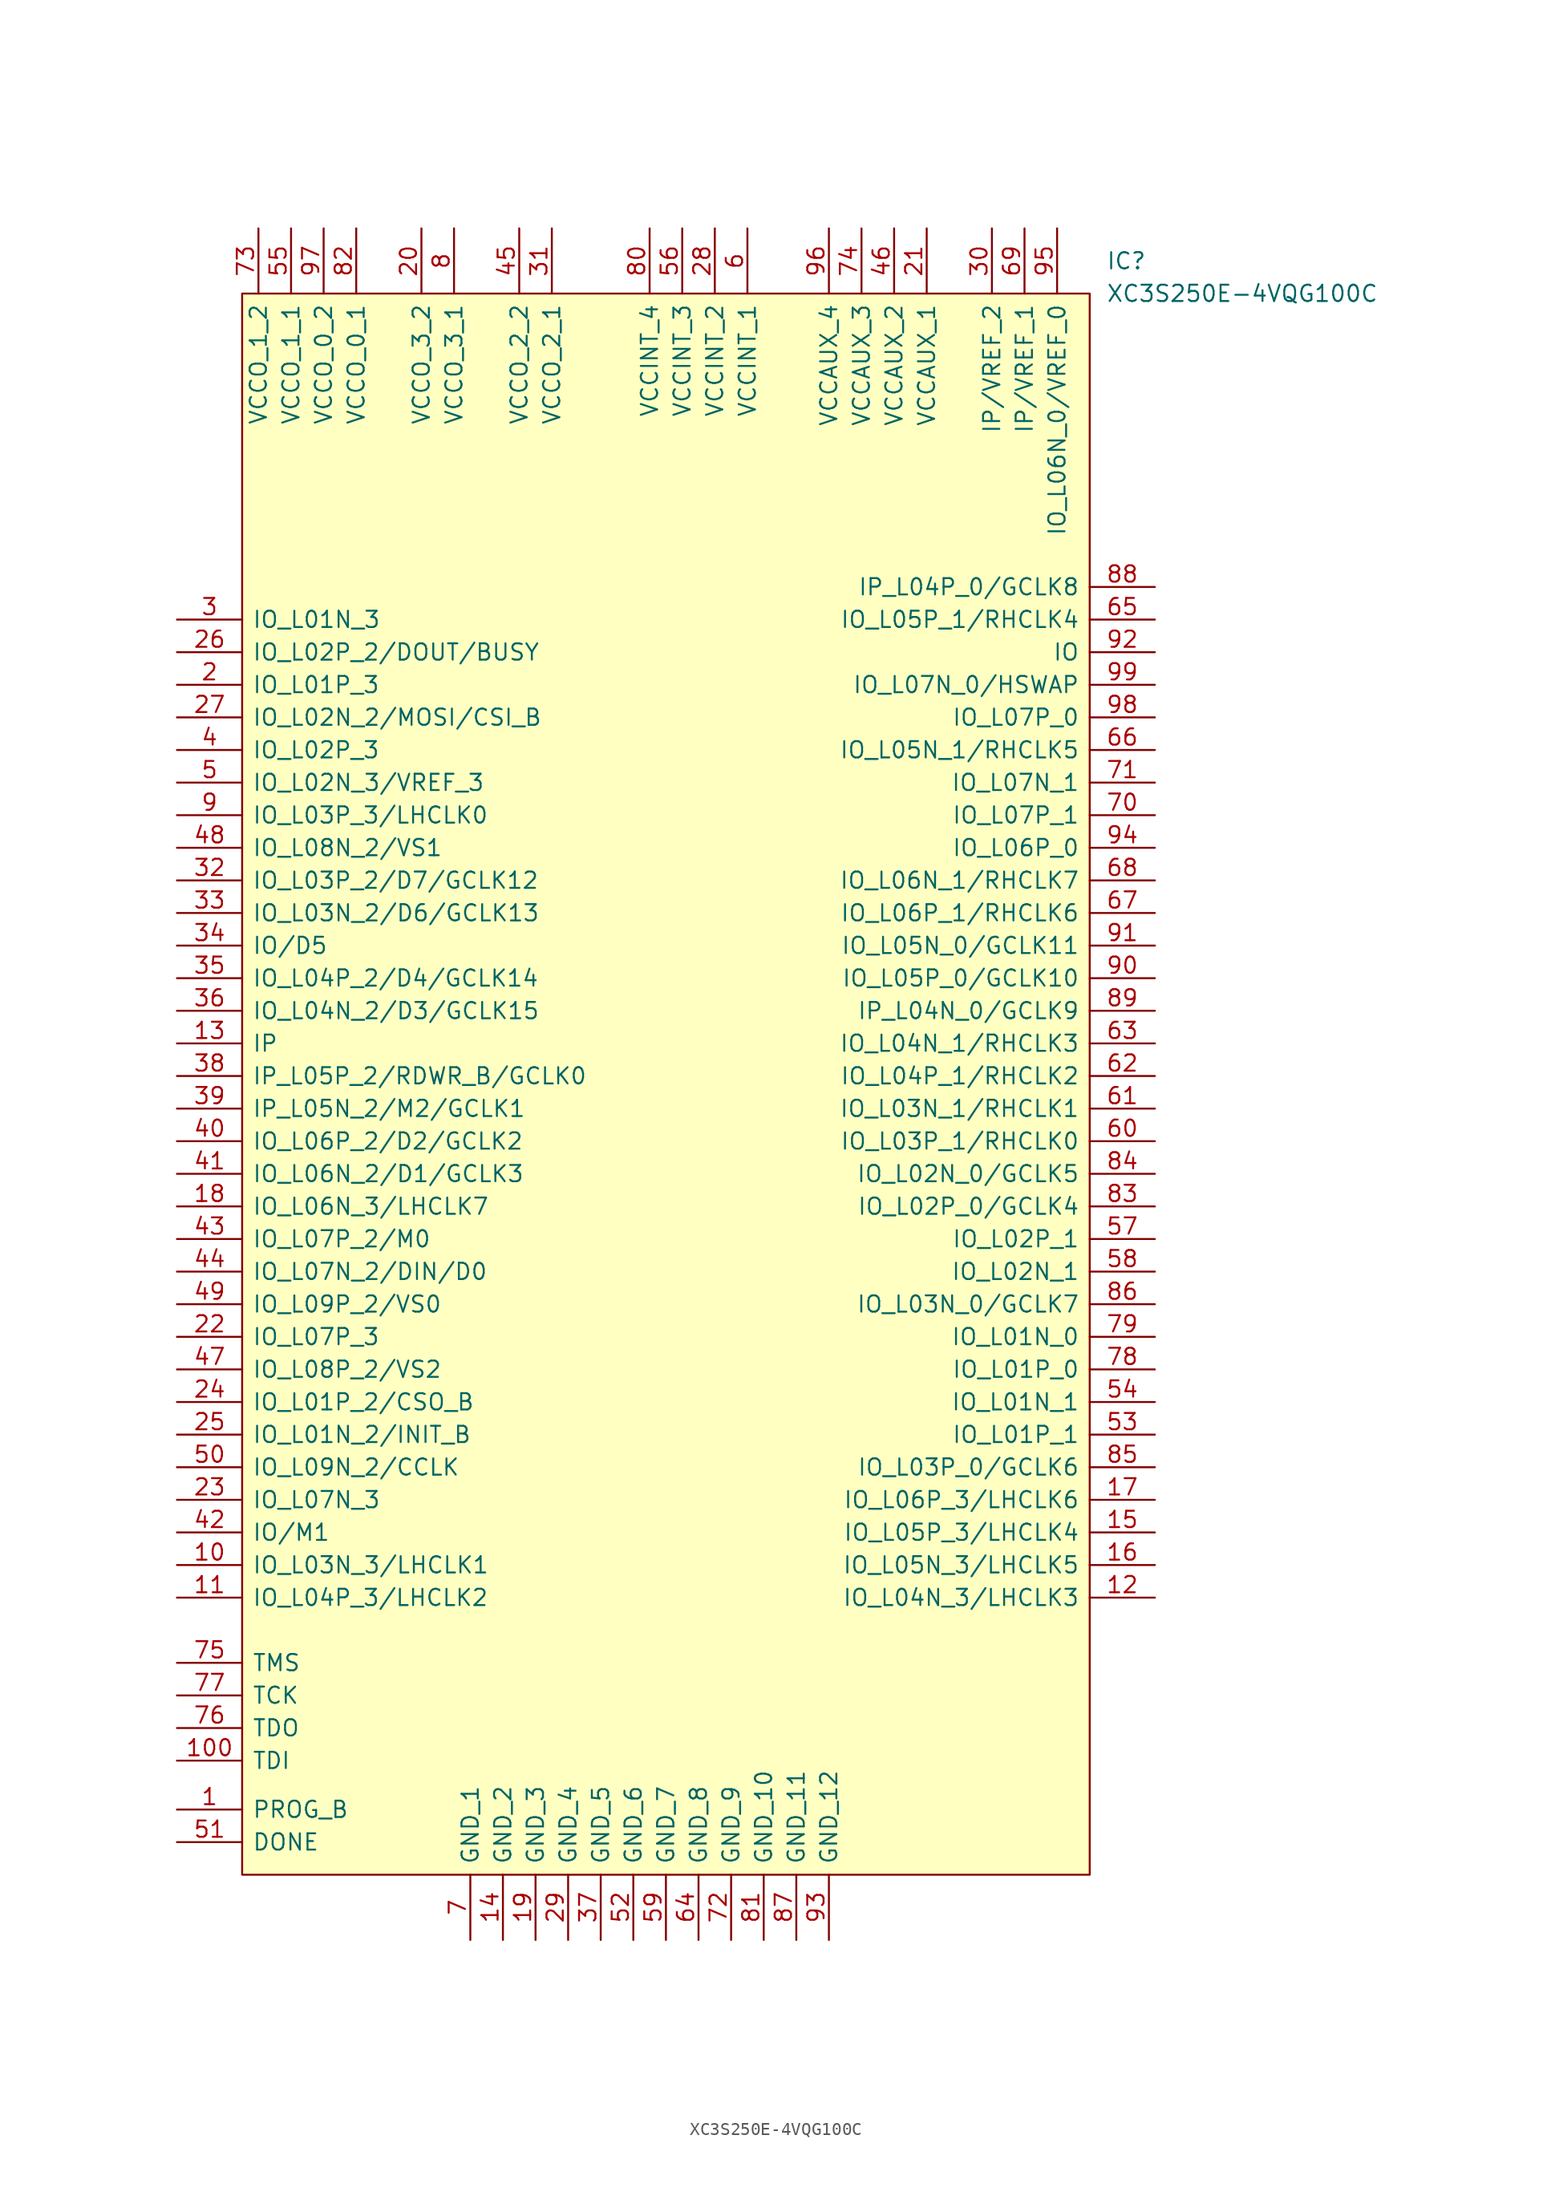
<source format=kicad_sym>
(kicad_symbol_lib
  (version 20211014)
  (generator kicad_symbol_editor)
  (symbol "XC3S250E-4VQG100C"
    (pin_names
      (offset 0.762))
    (property "Reference" "IC"
      (at 72.39 30.48 0)
      (effects (font (size 1.27 1.27)) (justify left)))
    (property "Value" "XC3S250E-4VQG100C"
      (at 72.39 27.94 0)
      (effects (font (size 1.27 1.27)) (justify left)))
    (symbol "XC3S250E-4VQG100C_0_0"
      (pin passive line (at 0 -90.17 0) (length 5.08) (name "PROG_B" (effects (font (size 1.27 1.27)))) (number "1" (effects (font (size 1.27 1.27)))))
      (pin passive line (at 0 -71.12 0) (length 5.08) (name "IO_L03N_3/LHCLK1" (effects (font (size 1.27 1.27)))) (number "10" (effects (font (size 1.27 1.27)))))
      (pin passive line (at 0 -86.36 0) (length 5.08) (name "TDI" (effects (font (size 1.27 1.27)))) (number "100" (effects (font (size 1.27 1.27)))))
      (pin passive line (at 0 -73.66 0) (length 5.08) (name "IO_L04P_3/LHCLK2" (effects (font (size 1.27 1.27)))) (number "11" (effects (font (size 1.27 1.27)))))
      (pin passive line (at 76.2 -73.66 180) (length 5.08) (name "IO_L04N_3/LHCLK3" (effects (font (size 1.27 1.27)))) (number "12" (effects (font (size 1.27 1.27)))))
      (pin passive line (at 0 -30.48 0) (length 5.08) (name "IP" (effects (font (size 1.27 1.27)))) (number "13" (effects (font (size 1.27 1.27)))))
      (pin passive line (at 25.4 -100.33 90) (length 5.08) (name "GND_2" (effects (font (size 1.27 1.27)))) (number "14" (effects (font (size 1.27 1.27)))))
      (pin passive line (at 76.2 -68.58 180) (length 5.08) (name "IO_L05P_3/LHCLK4" (effects (font (size 1.27 1.27)))) (number "15" (effects (font (size 1.27 1.27)))))
      (pin passive line (at 76.2 -71.12 180) (length 5.08) (name "IO_L05N_3/LHCLK5" (effects (font (size 1.27 1.27)))) (number "16" (effects (font (size 1.27 1.27)))))
      (pin passive line (at 76.2 -66.04 180) (length 5.08) (name "IO_L06P_3/LHCLK6" (effects (font (size 1.27 1.27)))) (number "17" (effects (font (size 1.27 1.27)))))
      (pin passive line (at 0 -43.18 0) (length 5.08) (name "IO_L06N_3/LHCLK7" (effects (font (size 1.27 1.27)))) (number "18" (effects (font (size 1.27 1.27)))))
      (pin passive line (at 27.94 -100.33 90) (length 5.08) (name "GND_3" (effects (font (size 1.27 1.27)))) (number "19" (effects (font (size 1.27 1.27)))))
      (pin passive line (at 0 -2.54 0) (length 5.08) (name "IO_L01P_3" (effects (font (size 1.27 1.27)))) (number "2" (effects (font (size 1.27 1.27)))))
      (pin passive line (at 19.05 33.02 270) (length 5.08) (name "VCCO_3_2" (effects (font (size 1.27 1.27)))) (number "20" (effects (font (size 1.27 1.27)))))
      (pin passive line (at 58.42 33.02 270) (length 5.08) (name "VCCAUX_1" (effects (font (size 1.27 1.27)))) (number "21" (effects (font (size 1.27 1.27)))))
      (pin passive line (at 0 -53.34 0) (length 5.08) (name "IO_L07P_3" (effects (font (size 1.27 1.27)))) (number "22" (effects (font (size 1.27 1.27)))))
      (pin passive line (at 0 -66.04 0) (length 5.08) (name "IO_L07N_3" (effects (font (size 1.27 1.27)))) (number "23" (effects (font (size 1.27 1.27)))))
      (pin passive line (at 0 -58.42 0) (length 5.08) (name "IO_L01P_2/CSO_B" (effects (font (size 1.27 1.27)))) (number "24" (effects (font (size 1.27 1.27)))))
      (pin passive line (at 0 -60.96 0) (length 5.08) (name "IO_L01N_2/INIT_B" (effects (font (size 1.27 1.27)))) (number "25" (effects (font (size 1.27 1.27)))))
      (pin passive line (at 0 0 0) (length 5.08) (name "IO_L02P_2/DOUT/BUSY" (effects (font (size 1.27 1.27)))) (number "26" (effects (font (size 1.27 1.27)))))
      (pin passive line (at 0 -5.08 0) (length 5.08) (name "IO_L02N_2/MOSI/CSI_B" (effects (font (size 1.27 1.27)))) (number "27" (effects (font (size 1.27 1.27)))))
      (pin passive line (at 41.91 33.02 270) (length 5.08) (name "VCCINT_2" (effects (font (size 1.27 1.27)))) (number "28" (effects (font (size 1.27 1.27)))))
      (pin passive line (at 30.48 -100.33 90) (length 5.08) (name "GND_4" (effects (font (size 1.27 1.27)))) (number "29" (effects (font (size 1.27 1.27)))))
      (pin passive line (at 0 2.54 0) (length 5.08) (name "IO_L01N_3" (effects (font (size 1.27 1.27)))) (number "3" (effects (font (size 1.27 1.27)))))
      (pin passive line (at 63.5 33.02 270) (length 5.08) (name "IP/VREF_2" (effects (font (size 1.27 1.27)))) (number "30" (effects (font (size 1.27 1.27)))))
      (pin passive line (at 29.21 33.02 270) (length 5.08) (name "VCCO_2_1" (effects (font (size 1.27 1.27)))) (number "31" (effects (font (size 1.27 1.27)))))
      (pin passive line (at 0 -17.78 0) (length 5.08) (name "IO_L03P_2/D7/GCLK12" (effects (font (size 1.27 1.27)))) (number "32" (effects (font (size 1.27 1.27)))))
      (pin passive line (at 0 -20.32 0) (length 5.08) (name "IO_L03N_2/D6/GCLK13" (effects (font (size 1.27 1.27)))) (number "33" (effects (font (size 1.27 1.27)))))
      (pin passive line (at 0 -22.86 0) (length 5.08) (name "IO/D5" (effects (font (size 1.27 1.27)))) (number "34" (effects (font (size 1.27 1.27)))))
      (pin passive line (at 0 -25.4 0) (length 5.08) (name "IO_L04P_2/D4/GCLK14" (effects (font (size 1.27 1.27)))) (number "35" (effects (font (size 1.27 1.27)))))
      (pin passive line (at 0 -27.94 0) (length 5.08) (name "IO_L04N_2/D3/GCLK15" (effects (font (size 1.27 1.27)))) (number "36" (effects (font (size 1.27 1.27)))))
      (pin passive line (at 33.02 -100.33 90) (length 5.08) (name "GND_5" (effects (font (size 1.27 1.27)))) (number "37" (effects (font (size 1.27 1.27)))))
      (pin passive line (at 0 -33.02 0) (length 5.08) (name "IP_L05P_2/RDWR_B/GCLK0" (effects (font (size 1.27 1.27)))) (number "38" (effects (font (size 1.27 1.27)))))
      (pin passive line (at 0 -35.56 0) (length 5.08) (name "IP_L05N_2/M2/GCLK1" (effects (font (size 1.27 1.27)))) (number "39" (effects (font (size 1.27 1.27)))))
      (pin passive line (at 0 -7.62 0) (length 5.08) (name "IO_L02P_3" (effects (font (size 1.27 1.27)))) (number "4" (effects (font (size 1.27 1.27)))))
      (pin passive line (at 0 -38.1 0) (length 5.08) (name "IO_L06P_2/D2/GCLK2" (effects (font (size 1.27 1.27)))) (number "40" (effects (font (size 1.27 1.27)))))
      (pin passive line (at 0 -40.64 0) (length 5.08) (name "IO_L06N_2/D1/GCLK3" (effects (font (size 1.27 1.27)))) (number "41" (effects (font (size 1.27 1.27)))))
      (pin passive line (at 0 -68.58 0) (length 5.08) (name "IO/M1" (effects (font (size 1.27 1.27)))) (number "42" (effects (font (size 1.27 1.27)))))
      (pin passive line (at 0 -45.72 0) (length 5.08) (name "IO_L07P_2/M0" (effects (font (size 1.27 1.27)))) (number "43" (effects (font (size 1.27 1.27)))))
      (pin passive line (at 0 -48.26 0) (length 5.08) (name "IO_L07N_2/DIN/D0" (effects (font (size 1.27 1.27)))) (number "44" (effects (font (size 1.27 1.27)))))
      (pin passive line (at 26.67 33.02 270) (length 5.08) (name "VCCO_2_2" (effects (font (size 1.27 1.27)))) (number "45" (effects (font (size 1.27 1.27)))))
      (pin passive line (at 55.88 33.02 270) (length 5.08) (name "VCCAUX_2" (effects (font (size 1.27 1.27)))) (number "46" (effects (font (size 1.27 1.27)))))
      (pin passive line (at 0 -55.88 0) (length 5.08) (name "IO_L08P_2/VS2" (effects (font (size 1.27 1.27)))) (number "47" (effects (font (size 1.27 1.27)))))
      (pin passive line (at 0 -15.24 0) (length 5.08) (name "IO_L08N_2/VS1" (effects (font (size 1.27 1.27)))) (number "48" (effects (font (size 1.27 1.27)))))
      (pin passive line (at 0 -50.8 0) (length 5.08) (name "IO_L09P_2/VS0" (effects (font (size 1.27 1.27)))) (number "49" (effects (font (size 1.27 1.27)))))
      (pin passive line (at 0 -10.16 0) (length 5.08) (name "IO_L02N_3/VREF_3" (effects (font (size 1.27 1.27)))) (number "5" (effects (font (size 1.27 1.27)))))
      (pin passive line (at 0 -63.5 0) (length 5.08) (name "IO_L09N_2/CCLK" (effects (font (size 1.27 1.27)))) (number "50" (effects (font (size 1.27 1.27)))))
      (pin passive line (at 0 -92.71 0) (length 5.08) (name "DONE" (effects (font (size 1.27 1.27)))) (number "51" (effects (font (size 1.27 1.27)))))
      (pin passive line (at 35.56 -100.33 90) (length 5.08) (name "GND_6" (effects (font (size 1.27 1.27)))) (number "52" (effects (font (size 1.27 1.27)))))
      (pin passive line (at 76.2 -60.96 180) (length 5.08) (name "IO_L01P_1" (effects (font (size 1.27 1.27)))) (number "53" (effects (font (size 1.27 1.27)))))
      (pin passive line (at 76.2 -58.42 180) (length 5.08) (name "IO_L01N_1" (effects (font (size 1.27 1.27)))) (number "54" (effects (font (size 1.27 1.27)))))
      (pin passive line (at 8.89 33.02 270) (length 5.08) (name "VCCO_1_1" (effects (font (size 1.27 1.27)))) (number "55" (effects (font (size 1.27 1.27)))))
      (pin passive line (at 39.37 33.02 270) (length 5.08) (name "VCCINT_3" (effects (font (size 1.27 1.27)))) (number "56" (effects (font (size 1.27 1.27)))))
      (pin passive line (at 76.2 -45.72 180) (length 5.08) (name "IO_L02P_1" (effects (font (size 1.27 1.27)))) (number "57" (effects (font (size 1.27 1.27)))))
      (pin passive line (at 76.2 -48.26 180) (length 5.08) (name "IO_L02N_1" (effects (font (size 1.27 1.27)))) (number "58" (effects (font (size 1.27 1.27)))))
      (pin passive line (at 38.1 -100.33 90) (length 5.08) (name "GND_7" (effects (font (size 1.27 1.27)))) (number "59" (effects (font (size 1.27 1.27)))))
      (pin passive line (at 44.45 33.02 270) (length 5.08) (name "VCCINT_1" (effects (font (size 1.27 1.27)))) (number "6" (effects (font (size 1.27 1.27)))))
      (pin passive line (at 76.2 -38.1 180) (length 5.08) (name "IO_L03P_1/RHCLK0" (effects (font (size 1.27 1.27)))) (number "60" (effects (font (size 1.27 1.27)))))
      (pin passive line (at 76.2 -35.56 180) (length 5.08) (name "IO_L03N_1/RHCLK1" (effects (font (size 1.27 1.27)))) (number "61" (effects (font (size 1.27 1.27)))))
      (pin passive line (at 76.2 -33.02 180) (length 5.08) (name "IO_L04P_1/RHCLK2" (effects (font (size 1.27 1.27)))) (number "62" (effects (font (size 1.27 1.27)))))
      (pin passive line (at 76.2 -30.48 180) (length 5.08) (name "IO_L04N_1/RHCLK3" (effects (font (size 1.27 1.27)))) (number "63" (effects (font (size 1.27 1.27)))))
      (pin passive line (at 40.64 -100.33 90) (length 5.08) (name "GND_8" (effects (font (size 1.27 1.27)))) (number "64" (effects (font (size 1.27 1.27)))))
      (pin passive line (at 76.2 2.54 180) (length 5.08) (name "IO_L05P_1/RHCLK4" (effects (font (size 1.27 1.27)))) (number "65" (effects (font (size 1.27 1.27)))))
      (pin passive line (at 76.2 -7.62 180) (length 5.08) (name "IO_L05N_1/RHCLK5" (effects (font (size 1.27 1.27)))) (number "66" (effects (font (size 1.27 1.27)))))
      (pin passive line (at 76.2 -20.32 180) (length 5.08) (name "IO_L06P_1/RHCLK6" (effects (font (size 1.27 1.27)))) (number "67" (effects (font (size 1.27 1.27)))))
      (pin passive line (at 76.2 -17.78 180) (length 5.08) (name "IO_L06N_1/RHCLK7" (effects (font (size 1.27 1.27)))) (number "68" (effects (font (size 1.27 1.27)))))
      (pin passive line (at 66.04 33.02 270) (length 5.08) (name "IP/VREF_1" (effects (font (size 1.27 1.27)))) (number "69" (effects (font (size 1.27 1.27)))))
      (pin passive line (at 22.86 -100.33 90) (length 5.08) (name "GND_1" (effects (font (size 1.27 1.27)))) (number "7" (effects (font (size 1.27 1.27)))))
      (pin passive line (at 76.2 -12.7 180) (length 5.08) (name "IO_L07P_1" (effects (font (size 1.27 1.27)))) (number "70" (effects (font (size 1.27 1.27)))))
      (pin passive line (at 76.2 -10.16 180) (length 5.08) (name "IO_L07N_1" (effects (font (size 1.27 1.27)))) (number "71" (effects (font (size 1.27 1.27)))))
      (pin passive line (at 43.18 -100.33 90) (length 5.08) (name "GND_9" (effects (font (size 1.27 1.27)))) (number "72" (effects (font (size 1.27 1.27)))))
      (pin passive line (at 6.35 33.02 270) (length 5.08) (name "VCCO_1_2" (effects (font (size 1.27 1.27)))) (number "73" (effects (font (size 1.27 1.27)))))
      (pin passive line (at 53.34 33.02 270) (length 5.08) (name "VCCAUX_3" (effects (font (size 1.27 1.27)))) (number "74" (effects (font (size 1.27 1.27)))))
      (pin passive line (at 0 -78.74 0) (length 5.08) (name "TMS" (effects (font (size 1.27 1.27)))) (number "75" (effects (font (size 1.27 1.27)))))
      (pin passive line (at 0 -83.82 0) (length 5.08) (name "TDO" (effects (font (size 1.27 1.27)))) (number "76" (effects (font (size 1.27 1.27)))))
      (pin passive line (at 0 -81.28 0) (length 5.08) (name "TCK" (effects (font (size 1.27 1.27)))) (number "77" (effects (font (size 1.27 1.27)))))
      (pin passive line (at 76.2 -55.88 180) (length 5.08) (name "IO_L01P_0" (effects (font (size 1.27 1.27)))) (number "78" (effects (font (size 1.27 1.27)))))
      (pin passive line (at 76.2 -53.34 180) (length 5.08) (name "IO_L01N_0" (effects (font (size 1.27 1.27)))) (number "79" (effects (font (size 1.27 1.27)))))
      (pin passive line (at 21.59 33.02 270) (length 5.08) (name "VCCO_3_1" (effects (font (size 1.27 1.27)))) (number "8" (effects (font (size 1.27 1.27)))))
      (pin passive line (at 36.83 33.02 270) (length 5.08) (name "VCCINT_4" (effects (font (size 1.27 1.27)))) (number "80" (effects (font (size 1.27 1.27)))))
      (pin passive line (at 45.72 -100.33 90) (length 5.08) (name "GND_10" (effects (font (size 1.27 1.27)))) (number "81" (effects (font (size 1.27 1.27)))))
      (pin passive line (at 13.97 33.02 270) (length 5.08) (name "VCCO_0_1" (effects (font (size 1.27 1.27)))) (number "82" (effects (font (size 1.27 1.27)))))
      (pin passive line (at 76.2 -43.18 180) (length 5.08) (name "IO_L02P_0/GCLK4" (effects (font (size 1.27 1.27)))) (number "83" (effects (font (size 1.27 1.27)))))
      (pin passive line (at 76.2 -40.64 180) (length 5.08) (name "IO_L02N_0/GCLK5" (effects (font (size 1.27 1.27)))) (number "84" (effects (font (size 1.27 1.27)))))
      (pin passive line (at 76.2 -63.5 180) (length 5.08) (name "IO_L03P_0/GCLK6" (effects (font (size 1.27 1.27)))) (number "85" (effects (font (size 1.27 1.27)))))
      (pin passive line (at 76.2 -50.8 180) (length 5.08) (name "IO_L03N_0/GCLK7" (effects (font (size 1.27 1.27)))) (number "86" (effects (font (size 1.27 1.27)))))
      (pin passive line (at 48.26 -100.33 90) (length 5.08) (name "GND_11" (effects (font (size 1.27 1.27)))) (number "87" (effects (font (size 1.27 1.27)))))
      (pin passive line (at 76.2 5.08 180) (length 5.08) (name "IP_L04P_0/GCLK8" (effects (font (size 1.27 1.27)))) (number "88" (effects (font (size 1.27 1.27)))))
      (pin passive line (at 76.2 -27.94 180) (length 5.08) (name "IP_L04N_0/GCLK9" (effects (font (size 1.27 1.27)))) (number "89" (effects (font (size 1.27 1.27)))))
      (pin passive line (at 0 -12.7 0) (length 5.08) (name "IO_L03P_3/LHCLK0" (effects (font (size 1.27 1.27)))) (number "9" (effects (font (size 1.27 1.27)))))
      (pin passive line (at 76.2 -25.4 180) (length 5.08) (name "IO_L05P_0/GCLK10" (effects (font (size 1.27 1.27)))) (number "90" (effects (font (size 1.27 1.27)))))
      (pin passive line (at 76.2 -22.86 180) (length 5.08) (name "IO_L05N_0/GCLK11" (effects (font (size 1.27 1.27)))) (number "91" (effects (font (size 1.27 1.27)))))
      (pin passive line (at 76.2 0 180) (length 5.08) (name "IO" (effects (font (size 1.27 1.27)))) (number "92" (effects (font (size 1.27 1.27)))))
      (pin passive line (at 50.8 -100.33 90) (length 5.08) (name "GND_12" (effects (font (size 1.27 1.27)))) (number "93" (effects (font (size 1.27 1.27)))))
      (pin passive line (at 76.2 -15.24 180) (length 5.08) (name "IO_L06P_0" (effects (font (size 1.27 1.27)))) (number "94" (effects (font (size 1.27 1.27)))))
      (pin passive line (at 68.58 33.02 270) (length 5.08) (name "IO_L06N_0/VREF_0" (effects (font (size 1.27 1.27)))) (number "95" (effects (font (size 1.27 1.27)))))
      (pin passive line (at 50.8 33.02 270) (length 5.08) (name "VCCAUX_4" (effects (font (size 1.27 1.27)))) (number "96" (effects (font (size 1.27 1.27)))))
      (pin passive line (at 11.43 33.02 270) (length 5.08) (name "VCCO_0_2" (effects (font (size 1.27 1.27)))) (number "97" (effects (font (size 1.27 1.27)))))
      (pin passive line (at 76.2 -5.08 180) (length 5.08) (name "IO_L07P_0" (effects (font (size 1.27 1.27)))) (number "98" (effects (font (size 1.27 1.27)))))
      (pin passive line (at 76.2 -2.54 180) (length 5.08) (name "IO_L07N_0/HSWAP" (effects (font (size 1.27 1.27)))) (number "99" (effects (font (size 1.27 1.27))))))
    (symbol "XC3S250E-4VQG100C_0_1"
      (polyline (pts (xy 5.08 27.94) (xy 71.12 27.94) (xy 71.12 -95.25) (xy 5.08 -95.25) (xy 5.08 27.94)) (stroke (width 0.152) (type default) (color 0 0 0 0)) (fill (type background))))))
</source>
